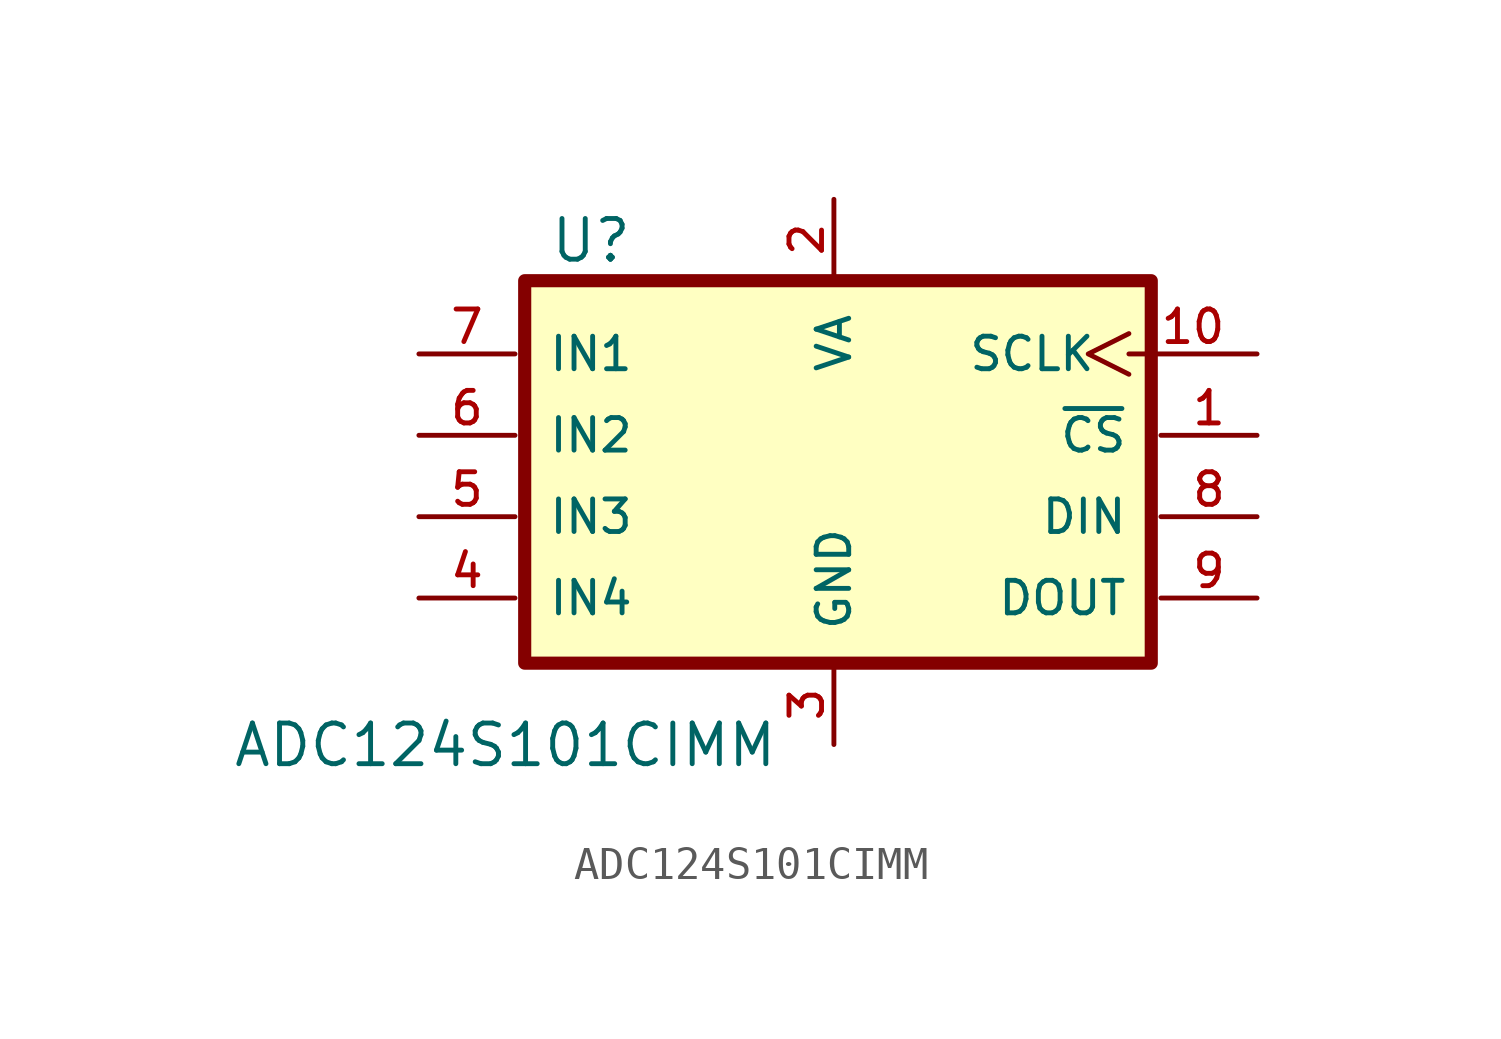
<source format=kicad_sym>
(kicad_symbol_lib
  (version 20211014)
  (generator kicad_symbol_editor)
  (symbol "ADC124S101CIMM"
    (pin_names
      (offset 1.016))
    (property "Reference" "U"
      (at -8.89 6.858 0)
      (effects (font (size 1.27 1.27)) (justify left bottom)))
    (property "Value" "ADC124S101CIMM"
      (at -18.796 -8.89 0)
      (effects (font (size 1.27 1.27)) (justify left bottom)))
    (symbol "ADC124S101CIMM_0_0"
      (rectangle (start -9.652 6.35) (end 9.906 -5.588) (stroke (width 0.41) (type default) (color 0 0 0 0)) (fill (type background)))
      (pin input line (at 13.208 1.524 180) (length 3) (name "~{CS}" (effects (font (size 1.016 1.016)))) (number "1" (effects (font (size 1.016 1.016)))))
      (pin input clock (at 13.208 4.064 180) (length 4) (name "SCLK" (effects (font (size 1.016 1.016)))) (number "10" (effects (font (size 1.016 1.016)))))
      (pin power_in line (at 0 8.89 270) (length 2.5) (name "VA" (effects (font (size 1.016 1.016)))) (number "2" (effects (font (size 1.016 1.016)))))
      (pin power_in line (at 0 -8.128 90) (length 2.5) (name "GND" (effects (font (size 1.016 1.016)))) (number "3" (effects (font (size 1.016 1.016)))))
      (pin input line (at -12.954 -3.556 0) (length 3) (name "IN4" (effects (font (size 1.016 1.016)))) (number "4" (effects (font (size 1.016 1.016)))))
      (pin input line (at -12.954 -1.016 0) (length 3) (name "IN3" (effects (font (size 1.016 1.016)))) (number "5" (effects (font (size 1.016 1.016)))))
      (pin input line (at -12.954 1.524 0) (length 3) (name "IN2" (effects (font (size 1.016 1.016)))) (number "6" (effects (font (size 1.016 1.016)))))
      (pin input line (at -12.954 4.064 0) (length 3) (name "IN1" (effects (font (size 1.016 1.016)))) (number "7" (effects (font (size 1.016 1.016)))))
      (pin input line (at 13.208 -1.016 180) (length 3) (name "DIN" (effects (font (size 1.016 1.016)))) (number "8" (effects (font (size 1.016 1.016)))))
      (pin output line (at 13.208 -3.556 180) (length 3) (name "DOUT" (effects (font (size 1.016 1.016)))) (number "9" (effects (font (size 1.016 1.016))))))))
</source>
